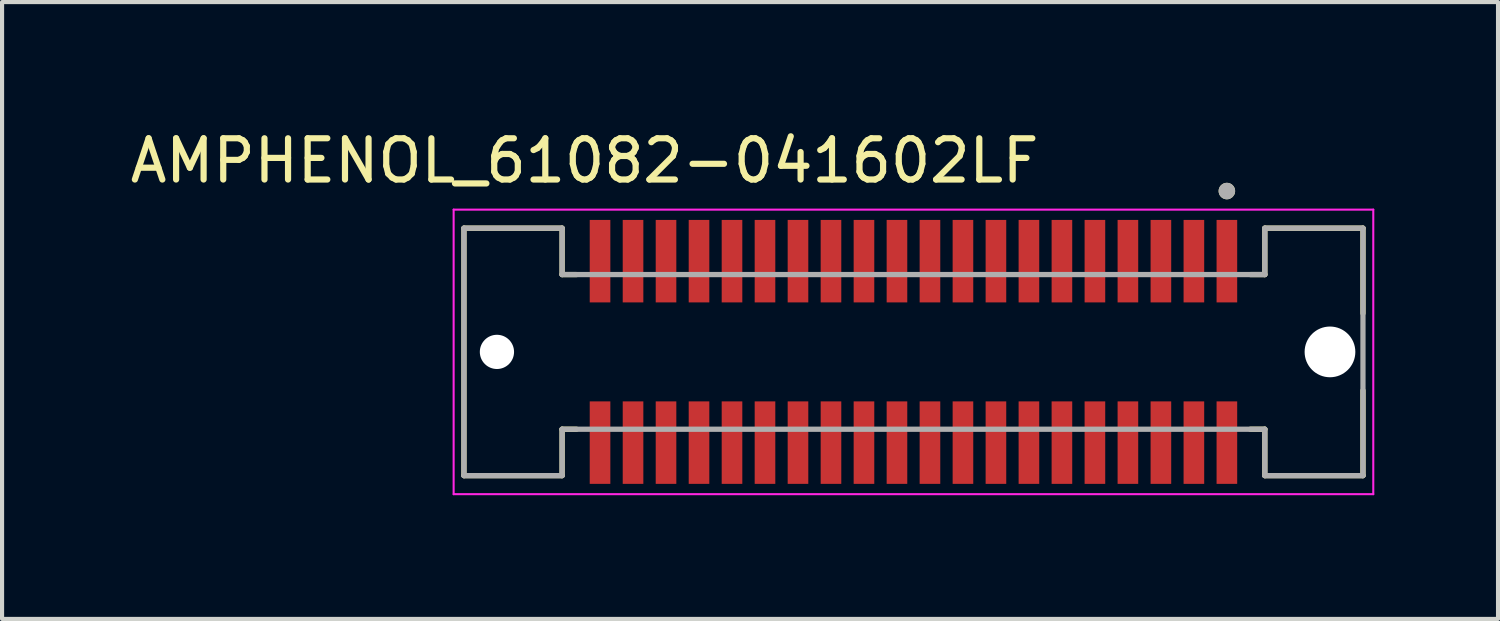
<source format=kicad_pcb>
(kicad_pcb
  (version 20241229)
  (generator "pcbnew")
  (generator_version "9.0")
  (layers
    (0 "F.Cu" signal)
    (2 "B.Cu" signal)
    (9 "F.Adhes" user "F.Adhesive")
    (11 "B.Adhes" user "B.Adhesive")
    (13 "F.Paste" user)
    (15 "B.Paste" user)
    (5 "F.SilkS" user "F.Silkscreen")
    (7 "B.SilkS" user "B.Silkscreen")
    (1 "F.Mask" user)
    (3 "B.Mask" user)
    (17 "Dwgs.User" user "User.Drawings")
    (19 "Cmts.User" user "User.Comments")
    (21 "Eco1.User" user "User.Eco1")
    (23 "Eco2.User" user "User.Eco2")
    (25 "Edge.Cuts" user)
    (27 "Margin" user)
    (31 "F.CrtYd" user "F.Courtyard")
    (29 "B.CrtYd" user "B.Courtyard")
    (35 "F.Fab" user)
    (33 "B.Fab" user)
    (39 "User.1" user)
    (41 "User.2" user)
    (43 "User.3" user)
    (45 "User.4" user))
  (footprint "AMPHENOL_61082-041602LF"
    (layer "F.Cu")
    (at 19.1 5.483)
    (property "Reference" "AMPHENOL_61082-041602LF" (at -7.975 -4.635 0) (layer "F.SilkS") (effects (font (size 1 1) (thickness 0.15))))
    (attr smd)
    (fp_line (start -10.9 -3) (end -10.9 3) (stroke (width 0.127) (type solid)) (layer "F.SilkS"))
    (fp_line (start -10.9 3) (end -8.52 3) (stroke (width 0.127) (type solid)) (layer "F.SilkS"))
    (fp_line (start -8.52 -3) (end -10.9 -3) (stroke (width 0.127) (type solid)) (layer "F.SilkS"))
    (fp_line (start -8.52 -1.875) (end -8.52 -3) (stroke (width 0.127) (type solid)) (layer "F.SilkS"))
    (fp_line (start -8.52 1.875) (end -8.17 1.875) (stroke (width 0.127) (type solid)) (layer "F.SilkS"))
    (fp_line (start -8.52 3) (end -8.52 1.875) (stroke (width 0.127) (type solid)) (layer "F.SilkS"))
    (fp_line (start -8.17 -1.875) (end -8.52 -1.875) (stroke (width 0.127) (type solid)) (layer "F.SilkS"))
    (fp_line (start 8.17 1.875) (end 8.52 1.875) (stroke (width 0.127) (type solid)) (layer "F.SilkS"))
    (fp_line (start 8.52 -3) (end 8.52 -1.875) (stroke (width 0.127) (type solid)) (layer "F.SilkS"))
    (fp_line (start 8.52 -1.875) (end 8.17 -1.875) (stroke (width 0.127) (type solid)) (layer "F.SilkS"))
    (fp_line (start 8.52 1.875) (end 8.52 3) (stroke (width 0.127) (type solid)) (layer "F.SilkS"))
    (fp_line (start 8.52 3) (end 10.9 3) (stroke (width 0.127) (type solid)) (layer "F.SilkS"))
    (fp_line (start 10.9 -3) (end 8.52 -3) (stroke (width 0.127) (type solid)) (layer "F.SilkS"))
    (fp_line (start 10.9 -0.935) (end 10.9 -3) (stroke (width 0.127) (type solid)) (layer "F.SilkS"))
    (fp_line (start 10.9 3) (end 10.9 0.935) (stroke (width 0.127) (type solid)) (layer "F.SilkS"))
    (fp_circle (center 7.6 -3.9) (end 7.7 -3.9) (stroke (width 0.2) (type solid)) (fill no) (layer "F.SilkS"))
    (fp_line (start -11.15 -3.45) (end -11.15 3.45) (stroke (width 0.05) (type solid)) (layer "F.CrtYd"))
    (fp_line (start -11.15 3.45) (end 11.15 3.45) (stroke (width 0.05) (type solid)) (layer "F.CrtYd"))
    (fp_line (start 11.15 -3.45) (end -11.15 -3.45) (stroke (width 0.05) (type solid)) (layer "F.CrtYd"))
    (fp_line (start 11.15 3.45) (end 11.15 -3.45) (stroke (width 0.05) (type solid)) (layer "F.CrtYd"))
    (fp_line (start -10.9 -3) (end -10.9 3) (stroke (width 0.127) (type solid)) (layer "F.Fab"))
    (fp_line (start -10.9 3) (end -8.52 3) (stroke (width 0.127) (type solid)) (layer "F.Fab"))
    (fp_line (start -8.52 -3) (end -10.9 -3) (stroke (width 0.127) (type solid)) (layer "F.Fab"))
    (fp_line (start -8.52 -1.875) (end -8.52 -3) (stroke (width 0.127) (type solid)) (layer "F.Fab"))
    (fp_line (start -8.52 1.875) (end 8.52 1.875) (stroke (width 0.127) (type solid)) (layer "F.Fab"))
    (fp_line (start -8.52 3) (end -8.52 1.875) (stroke (width 0.127) (type solid)) (layer "F.Fab"))
    (fp_line (start 8.52 -3) (end 8.52 -1.875) (stroke (width 0.127) (type solid)) (layer "F.Fab"))
    (fp_line (start 8.52 -1.875) (end -8.52 -1.875) (stroke (width 0.127) (type solid)) (layer "F.Fab"))
    (fp_line (start 8.52 1.875) (end 8.52 3) (stroke (width 0.127) (type solid)) (layer "F.Fab"))
    (fp_line (start 8.52 3) (end 10.9 3) (stroke (width 0.127) (type solid)) (layer "F.Fab"))
    (fp_line (start 10.9 -3) (end 8.52 -3) (stroke (width 0.127) (type solid)) (layer "F.Fab"))
    (fp_line (start 10.9 3) (end 10.9 -3) (stroke (width 0.127) (type solid)) (layer "F.Fab"))
    (fp_circle (center 7.6 -3.9) (end 7.7 -3.9) (stroke (width 0.2) (type solid)) (fill no) (layer "F.Fab"))
    (pad "" np_thru_hole circle (at -10.1 0) (size 0.83 0.83) (drill 0.83) (layers "*.Cu" "*.Mask"))
    (pad "" np_thru_hole circle (at 10.1 0) (size 1.23 1.23) (drill 1.23) (layers "*.Cu" "*.Mask"))
    (pad "1" smd rect (at 7.6 -2.2) (size 0.5 2) (layers "F.Cu" "F.Mask" "F.Paste"))
    (pad "2" smd rect (at 7.6 2.2) (size 0.5 2) (layers "F.Cu" "F.Mask" "F.Paste"))
    (pad "3" smd rect (at 6.8 -2.2) (size 0.5 2) (layers "F.Cu" "F.Mask" "F.Paste"))
    (pad "4" smd rect (at 6.8 2.2) (size 0.5 2) (layers "F.Cu" "F.Mask" "F.Paste"))
    (pad "5" smd rect (at 6 -2.2) (size 0.5 2) (layers "F.Cu" "F.Mask" "F.Paste"))
    (pad "6" smd rect (at 6 2.2) (size 0.5 2) (layers "F.Cu" "F.Mask" "F.Paste"))
    (pad "7" smd rect (at 5.2 -2.2) (size 0.5 2) (layers "F.Cu" "F.Mask" "F.Paste"))
    (pad "8" smd rect (at 5.2 2.2) (size 0.5 2) (layers "F.Cu" "F.Mask" "F.Paste"))
    (pad "9" smd rect (at 4.4 -2.2) (size 0.5 2) (layers "F.Cu" "F.Mask" "F.Paste"))
    (pad "10" smd rect (at 4.4 2.2) (size 0.5 2) (layers "F.Cu" "F.Mask" "F.Paste"))
    (pad "11" smd rect (at 3.6 -2.2) (size 0.5 2) (layers "F.Cu" "F.Mask" "F.Paste"))
    (pad "12" smd rect (at 3.6 2.2) (size 0.5 2) (layers "F.Cu" "F.Mask" "F.Paste"))
    (pad "13" smd rect (at 2.8 -2.2) (size 0.5 2) (layers "F.Cu" "F.Mask" "F.Paste"))
    (pad "14" smd rect (at 2.8 2.2) (size 0.5 2) (layers "F.Cu" "F.Mask" "F.Paste"))
    (pad "15" smd rect (at 2 -2.2) (size 0.5 2) (layers "F.Cu" "F.Mask" "F.Paste"))
    (pad "16" smd rect (at 2 2.2) (size 0.5 2) (layers "F.Cu" "F.Mask" "F.Paste"))
    (pad "17" smd rect (at 1.2 -2.2) (size 0.5 2) (layers "F.Cu" "F.Mask" "F.Paste"))
    (pad "18" smd rect (at 1.2 2.2) (size 0.5 2) (layers "F.Cu" "F.Mask" "F.Paste"))
    (pad "19" smd rect (at 0.4 -2.2) (size 0.5 2) (layers "F.Cu" "F.Mask" "F.Paste"))
    (pad "20" smd rect (at 0.4 2.2) (size 0.5 2) (layers "F.Cu" "F.Mask" "F.Paste"))
    (pad "21" smd rect (at -0.4 -2.2) (size 0.5 2) (layers "F.Cu" "F.Mask" "F.Paste"))
    (pad "22" smd rect (at -0.4 2.2) (size 0.5 2) (layers "F.Cu" "F.Mask" "F.Paste"))
    (pad "23" smd rect (at -1.2 -2.2) (size 0.5 2) (layers "F.Cu" "F.Mask" "F.Paste"))
    (pad "24" smd rect (at -1.2 2.2) (size 0.5 2) (layers "F.Cu" "F.Mask" "F.Paste"))
    (pad "25" smd rect (at -2 -2.2) (size 0.5 2) (layers "F.Cu" "F.Mask" "F.Paste"))
    (pad "26" smd rect (at -2 2.2) (size 0.5 2) (layers "F.Cu" "F.Mask" "F.Paste"))
    (pad "27" smd rect (at -2.8 -2.2) (size 0.5 2) (layers "F.Cu" "F.Mask" "F.Paste"))
    (pad "28" smd rect (at -2.8 2.2) (size 0.5 2) (layers "F.Cu" "F.Mask" "F.Paste"))
    (pad "29" smd rect (at -3.6 -2.2) (size 0.5 2) (layers "F.Cu" "F.Mask" "F.Paste"))
    (pad "30" smd rect (at -3.6 2.2) (size 0.5 2) (layers "F.Cu" "F.Mask" "F.Paste"))
    (pad "31" smd rect (at -4.4 -2.2) (size 0.5 2) (layers "F.Cu" "F.Mask" "F.Paste"))
    (pad "32" smd rect (at -4.4 2.2) (size 0.5 2) (layers "F.Cu" "F.Mask" "F.Paste"))
    (pad "33" smd rect (at -5.2 -2.2) (size 0.5 2) (layers "F.Cu" "F.Mask" "F.Paste"))
    (pad "34" smd rect (at -5.2 2.2) (size 0.5 2) (layers "F.Cu" "F.Mask" "F.Paste"))
    (pad "35" smd rect (at -6 -2.2) (size 0.5 2) (layers "F.Cu" "F.Mask" "F.Paste"))
    (pad "36" smd rect (at -6 2.2) (size 0.5 2) (layers "F.Cu" "F.Mask" "F.Paste"))
    (pad "37" smd rect (at -6.8 -2.2) (size 0.5 2) (layers "F.Cu" "F.Mask" "F.Paste"))
    (pad "38" smd rect (at -6.8 2.2) (size 0.5 2) (layers "F.Cu" "F.Mask" "F.Paste"))
    (pad "39" smd rect (at -7.6 -2.2) (size 0.5 2) (layers "F.Cu" "F.Mask" "F.Paste"))
    (pad "40" smd rect (at -7.6 2.2) (size 0.5 2) (layers "F.Cu" "F.Mask" "F.Paste")))
  (gr_rect
    (start -3 -3)
    (end 33.275 11.958)
    (stroke (width 0.1) (type default))
    (fill no)
    (layer "Edge.Cuts")))
</source>
